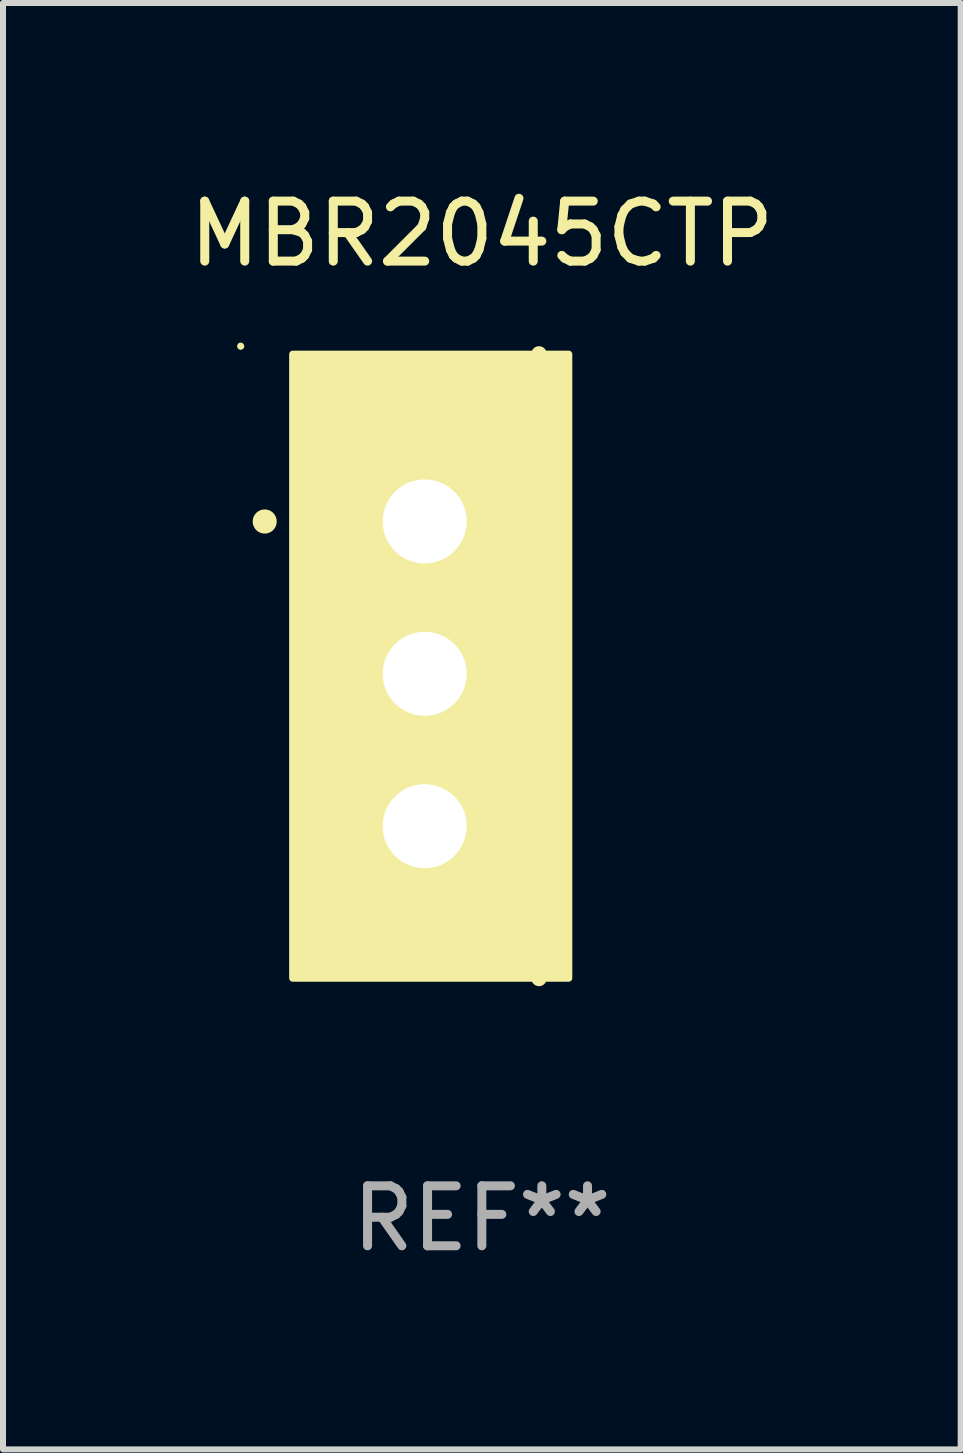
<source format=kicad_pcb>
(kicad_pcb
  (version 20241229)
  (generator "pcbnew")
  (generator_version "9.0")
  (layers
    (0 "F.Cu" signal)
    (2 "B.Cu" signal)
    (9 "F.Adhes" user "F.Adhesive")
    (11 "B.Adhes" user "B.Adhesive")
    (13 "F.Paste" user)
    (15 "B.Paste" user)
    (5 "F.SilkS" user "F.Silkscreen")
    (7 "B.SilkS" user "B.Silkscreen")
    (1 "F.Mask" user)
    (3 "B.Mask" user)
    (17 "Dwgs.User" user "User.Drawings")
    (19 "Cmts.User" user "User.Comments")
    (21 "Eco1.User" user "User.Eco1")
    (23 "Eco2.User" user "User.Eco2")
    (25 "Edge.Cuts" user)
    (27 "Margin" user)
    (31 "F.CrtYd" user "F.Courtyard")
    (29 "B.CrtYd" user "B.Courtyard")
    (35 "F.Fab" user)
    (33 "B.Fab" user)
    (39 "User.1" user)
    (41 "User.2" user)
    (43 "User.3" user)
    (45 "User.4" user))
  (footprint "MBR2045CTP"
    (layer "F.Cu")
    (at 4.982 8.055)
    (property "Reference" "MBR2045CTP" (at 0 -7.207 0) (layer "F.SilkS") (effects (font (size 1 1) (thickness 0.15))))
    (attr through_hole)
    (fp_line (start 0.953 5.207) (end 0.953 -5.207) (stroke (width 0.254) (type solid)) (layer "F.SilkS"))
    (fp_arc (start -3.619507 -2.410465) (mid -3.619511 -2.411735) (end -3.619507 -2.413005) (stroke (width 0.4) (type solid)) (layer "F.SilkS"))
    (fp_circle (center -4.02 -5.334) (end -3.99 -5.334) (stroke (width 0.06) (type solid)) (fill no) (layer "F.SilkS"))
    (fp_poly (pts (xy -3.152 -5.2) (xy 1.448 -5.2) (xy 1.448 5.2) (xy -3.152 5.2)) (stroke (width 0.12) (type solid)) (fill yes) (layer "F.SilkS"))
    (fp_text user "REF**" (at 0 9.207 0) (layer "F.Fab") (effects (font (size 1 1) (thickness 0.15))))
    (pad "1" thru_hole rect (at -0.953 -2.413 270) (size 2 2.5) (drill 1.4) (layers "*.Cu" "*.Mask"))
    (pad "2" thru_hole oval (at -0.953 0.127 270) (size 2 2.5) (drill 1.4) (layers "*.Cu" "*.Mask"))
    (pad "3" thru_hole oval (at -0.953 2.667 270) (size 2 2.5) (drill 1.4) (layers "*.Cu" "*.Mask")))
  (gr_rect
    (start -3 -3)
    (end 12.964 21.111)
    (stroke (width 0.1) (type default))
    (fill no)
    (layer "Edge.Cuts")))
</source>
